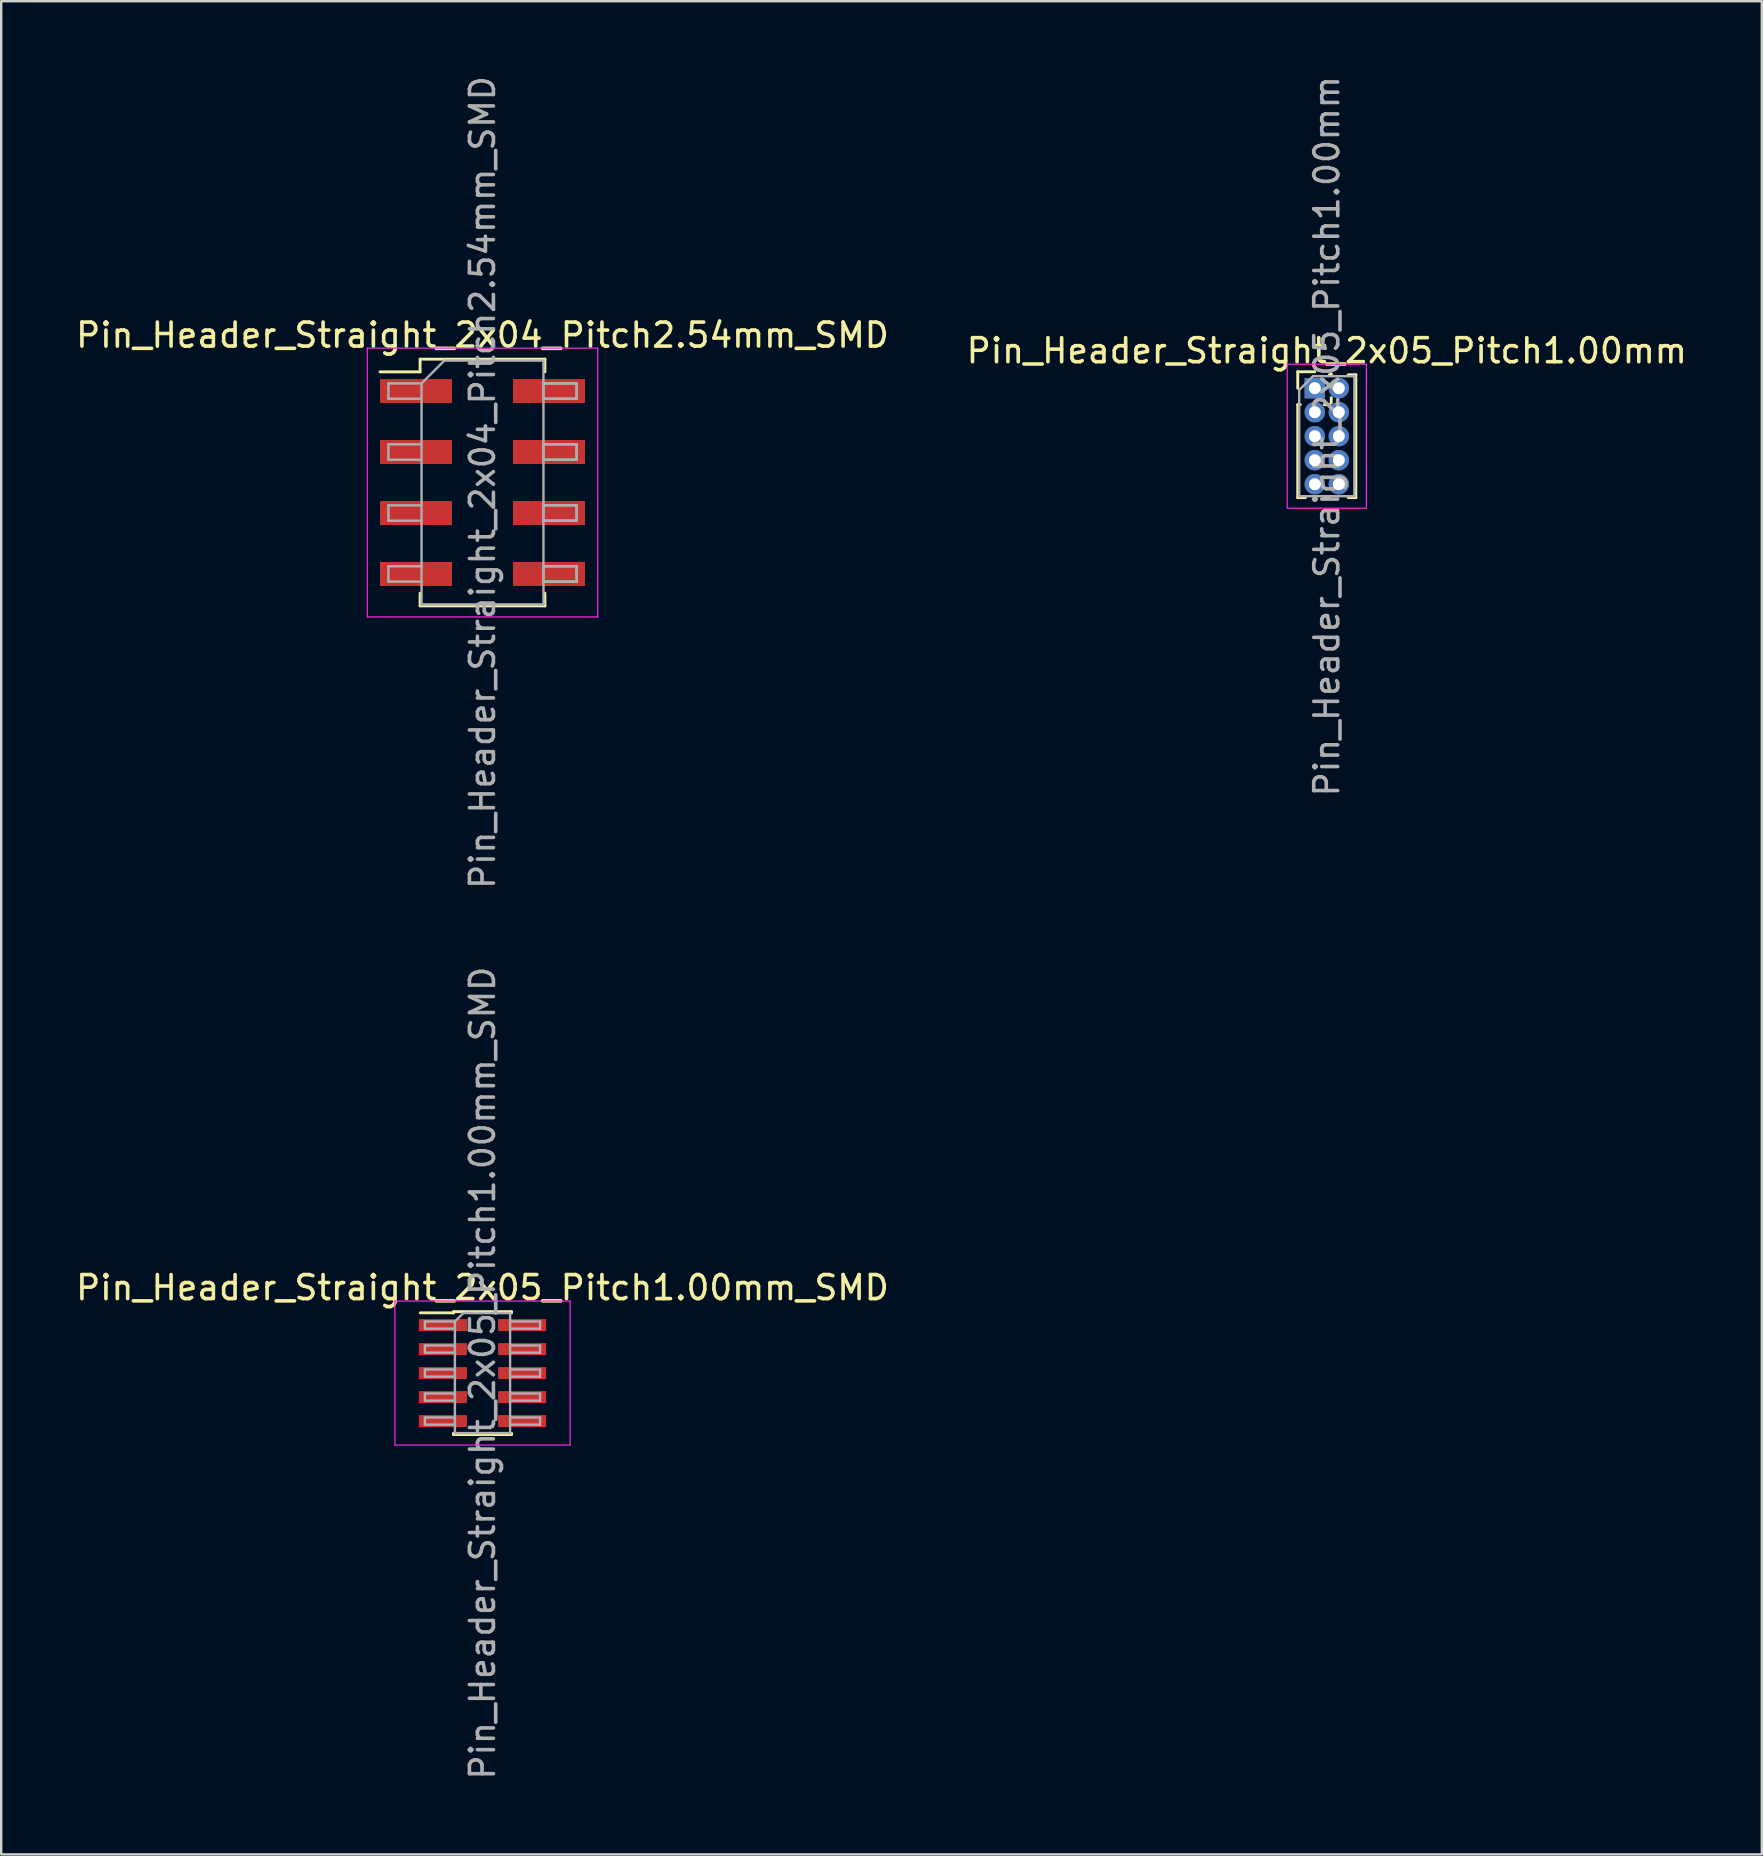
<source format=kicad_pcb>
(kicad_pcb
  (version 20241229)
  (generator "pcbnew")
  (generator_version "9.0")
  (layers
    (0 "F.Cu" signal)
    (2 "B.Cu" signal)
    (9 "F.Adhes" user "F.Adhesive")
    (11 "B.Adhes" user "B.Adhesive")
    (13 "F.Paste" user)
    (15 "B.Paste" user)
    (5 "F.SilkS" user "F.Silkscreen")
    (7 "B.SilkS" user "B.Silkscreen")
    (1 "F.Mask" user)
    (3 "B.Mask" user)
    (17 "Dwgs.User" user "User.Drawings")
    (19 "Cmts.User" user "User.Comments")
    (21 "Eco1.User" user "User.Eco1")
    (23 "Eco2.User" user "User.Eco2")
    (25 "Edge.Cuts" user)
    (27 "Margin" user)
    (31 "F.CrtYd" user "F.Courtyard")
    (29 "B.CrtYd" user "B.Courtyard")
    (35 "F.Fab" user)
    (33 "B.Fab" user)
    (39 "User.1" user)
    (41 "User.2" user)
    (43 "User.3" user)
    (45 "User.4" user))
  (footprint "Pin_Header_Straight_2x04_Pitch2.54mm_SMD"
    (layer "F.Cu")
    (at 17.054 17.054)
    (property "Reference" "Pin_Header_Straight_2x04_Pitch2.54mm_SMD" (at 0 -6.14 0) (layer "F.SilkS") (effects (font (size 1 1) (thickness 0.15))))
    (attr smd)
    (fp_line (start -4.27 -4.61) (end -2.6 -4.61) (stroke (width 0.12) (type solid)) (layer "F.SilkS"))
    (fp_line (start -2.6 -5.14) (end 2.6 -5.14) (stroke (width 0.12) (type solid)) (layer "F.SilkS"))
    (fp_line (start -2.6 -4.61) (end -2.6 -5.14) (stroke (width 0.12) (type solid)) (layer "F.SilkS"))
    (fp_line (start -2.6 4.61) (end -2.6 5.14) (stroke (width 0.12) (type solid)) (layer "F.SilkS"))
    (fp_line (start -2.6 5.14) (end 2.6 5.14) (stroke (width 0.12) (type solid)) (layer "F.SilkS"))
    (fp_line (start 2.6 -5.14) (end 2.6 -4.61) (stroke (width 0.12) (type solid)) (layer "F.SilkS"))
    (fp_line (start 2.6 5.14) (end 2.6 4.61) (stroke (width 0.12) (type solid)) (layer "F.SilkS"))
    (fp_line (start -4.8 -5.6) (end -4.8 5.6) (stroke (width 0.05) (type solid)) (layer "F.CrtYd"))
    (fp_line (start -4.8 5.6) (end 4.8 5.6) (stroke (width 0.05) (type solid)) (layer "F.CrtYd"))
    (fp_line (start 4.8 -5.6) (end -4.8 -5.6) (stroke (width 0.05) (type solid)) (layer "F.CrtYd"))
    (fp_line (start 4.8 5.6) (end 4.8 -5.6) (stroke (width 0.05) (type solid)) (layer "F.CrtYd"))
    (fp_line (start -3.92 -4.13) (end -3.92 -3.49) (stroke (width 0.1) (type solid)) (layer "F.Fab"))
    (fp_line (start -3.92 -3.49) (end -2.54 -3.49) (stroke (width 0.1) (type solid)) (layer "F.Fab"))
    (fp_line (start -3.92 -1.59) (end -3.92 -0.95) (stroke (width 0.1) (type solid)) (layer "F.Fab"))
    (fp_line (start -3.92 -0.95) (end -2.54 -0.95) (stroke (width 0.1) (type solid)) (layer "F.Fab"))
    (fp_line (start -3.92 0.95) (end -3.92 1.59) (stroke (width 0.1) (type solid)) (layer "F.Fab"))
    (fp_line (start -3.92 1.59) (end -2.54 1.59) (stroke (width 0.1) (type solid)) (layer "F.Fab"))
    (fp_line (start -3.92 3.49) (end -3.92 4.13) (stroke (width 0.1) (type solid)) (layer "F.Fab"))
    (fp_line (start -3.92 4.13) (end -2.54 4.13) (stroke (width 0.1) (type solid)) (layer "F.Fab"))
    (fp_line (start -2.54 -4.13) (end -3.92 -4.13) (stroke (width 0.1) (type solid)) (layer "F.Fab"))
    (fp_line (start -2.54 -4.13) (end -1.59 -5.08) (stroke (width 0.1) (type solid)) (layer "F.Fab"))
    (fp_line (start -2.54 -1.59) (end -3.92 -1.59) (stroke (width 0.1) (type solid)) (layer "F.Fab"))
    (fp_line (start -2.54 0.95) (end -3.92 0.95) (stroke (width 0.1) (type solid)) (layer "F.Fab"))
    (fp_line (start -2.54 3.49) (end -3.92 3.49) (stroke (width 0.1) (type solid)) (layer "F.Fab"))
    (fp_line (start -2.54 5.08) (end -2.54 -4.13) (stroke (width 0.1) (type solid)) (layer "F.Fab"))
    (fp_line (start -1.59 -5.08) (end 2.54 -5.08) (stroke (width 0.1) (type solid)) (layer "F.Fab"))
    (fp_line (start 2.54 -5.08) (end 2.54 5.08) (stroke (width 0.1) (type solid)) (layer "F.Fab"))
    (fp_line (start 2.54 -4.13) (end 2.54 -3.49) (stroke (width 0.1) (type solid)) (layer "F.Fab"))
    (fp_line (start 2.54 -4.13) (end 3.92 -4.13) (stroke (width 0.1) (type solid)) (layer "F.Fab"))
    (fp_line (start 2.54 -3.49) (end 3.92 -3.49) (stroke (width 0.1) (type solid)) (layer "F.Fab"))
    (fp_line (start 2.54 -1.59) (end 2.54 -0.95) (stroke (width 0.1) (type solid)) (layer "F.Fab"))
    (fp_line (start 2.54 -1.59) (end 3.92 -1.59) (stroke (width 0.1) (type solid)) (layer "F.Fab"))
    (fp_line (start 2.54 -0.95) (end 3.92 -0.95) (stroke (width 0.1) (type solid)) (layer "F.Fab"))
    (fp_line (start 2.54 0.95) (end 2.54 1.59) (stroke (width 0.1) (type solid)) (layer "F.Fab"))
    (fp_line (start 2.54 0.95) (end 3.92 0.95) (stroke (width 0.1) (type solid)) (layer "F.Fab"))
    (fp_line (start 2.54 1.59) (end 3.92 1.59) (stroke (width 0.1) (type solid)) (layer "F.Fab"))
    (fp_line (start 2.54 3.49) (end 2.54 4.13) (stroke (width 0.1) (type solid)) (layer "F.Fab"))
    (fp_line (start 2.54 3.49) (end 3.92 3.49) (stroke (width 0.1) (type solid)) (layer "F.Fab"))
    (fp_line (start 2.54 4.13) (end 3.92 4.13) (stroke (width 0.1) (type solid)) (layer "F.Fab"))
    (fp_line (start 2.54 5.08) (end -2.54 5.08) (stroke (width 0.1) (type solid)) (layer "F.Fab"))
    (fp_line (start 3.92 -4.13) (end 2.54 -4.13) (stroke (width 0.1) (type solid)) (layer "F.Fab"))
    (fp_line (start 3.92 -4.13) (end 3.92 -3.49) (stroke (width 0.1) (type solid)) (layer "F.Fab"))
    (fp_line (start 3.92 -3.49) (end 2.54 -3.49) (stroke (width 0.1) (type solid)) (layer "F.Fab"))
    (fp_line (start 3.92 -3.49) (end 3.92 -4.13) (stroke (width 0.1) (type solid)) (layer "F.Fab"))
    (fp_line (start 3.92 -1.59) (end 2.54 -1.59) (stroke (width 0.1) (type solid)) (layer "F.Fab"))
    (fp_line (start 3.92 -1.59) (end 3.92 -0.95) (stroke (width 0.1) (type solid)) (layer "F.Fab"))
    (fp_line (start 3.92 -0.95) (end 2.54 -0.95) (stroke (width 0.1) (type solid)) (layer "F.Fab"))
    (fp_line (start 3.92 -0.95) (end 3.92 -1.59) (stroke (width 0.1) (type solid)) (layer "F.Fab"))
    (fp_line (start 3.92 0.95) (end 2.54 0.95) (stroke (width 0.1) (type solid)) (layer "F.Fab"))
    (fp_line (start 3.92 0.95) (end 3.92 1.59) (stroke (width 0.1) (type solid)) (layer "F.Fab"))
    (fp_line (start 3.92 1.59) (end 2.54 1.59) (stroke (width 0.1) (type solid)) (layer "F.Fab"))
    (fp_line (start 3.92 1.59) (end 3.92 0.95) (stroke (width 0.1) (type solid)) (layer "F.Fab"))
    (fp_line (start 3.92 3.49) (end 2.54 3.49) (stroke (width 0.1) (type solid)) (layer "F.Fab"))
    (fp_line (start 3.92 3.49) (end 3.92 4.13) (stroke (width 0.1) (type solid)) (layer "F.Fab"))
    (fp_line (start 3.92 4.13) (end 2.54 4.13) (stroke (width 0.1) (type solid)) (layer "F.Fab"))
    (fp_line (start 3.92 4.13) (end 3.92 3.49) (stroke (width 0.1) (type solid)) (layer "F.Fab"))
    (fp_text user "${REFERENCE}" (at 0 0 90) (layer "F.Fab") (effects (font (size 1 1) (thickness 0.15))))
    (pad "1" smd rect (at -2.77 -3.81) (size 3 1) (layers "F.Cu" "F.Mask"))
    (pad "2" smd rect (at 2.77 -3.81) (size 3 1) (layers "F.Cu" "F.Mask"))
    (pad "3" smd rect (at -2.77 -1.27) (size 3 1) (layers "F.Cu" "F.Mask"))
    (pad "4" smd rect (at 2.77 -1.27) (size 3 1) (layers "F.Cu" "F.Mask"))
    (pad "5" smd rect (at -2.77 1.27) (size 3 1) (layers "F.Cu" "F.Mask"))
    (pad "6" smd rect (at 2.77 1.27) (size 3 1) (layers "F.Cu" "F.Mask"))
    (pad "7" smd rect (at -2.77 3.81) (size 3 1) (layers "F.Cu" "F.Mask"))
    (pad "8" smd rect (at 2.77 3.81) (size 3 1) (layers "F.Cu" "F.Mask")))
  (footprint "Pin_Header_Straight_2x05_Pitch1.00mm_SMD"
    (layer "F.Cu")
    (at 17.054 54.161)
    (property "Reference" "Pin_Header_Straight_2x05_Pitch1.00mm_SMD" (at 0 -3.56 0) (layer "F.SilkS") (effects (font (size 1 1) (thickness 0.15))))
    (attr smd)
    (fp_line (start -2.59 -2.51) (end -1.21 -2.51) (stroke (width 0.12) (type solid)) (layer "F.SilkS"))
    (fp_line (start -1.21 -2.56) (end -1.21 -2.51) (stroke (width 0.12) (type solid)) (layer "F.SilkS"))
    (fp_line (start -1.21 -2.56) (end 1.21 -2.56) (stroke (width 0.12) (type solid)) (layer "F.SilkS"))
    (fp_line (start -1.21 2.51) (end -1.21 2.56) (stroke (width 0.12) (type solid)) (layer "F.SilkS"))
    (fp_line (start -1.21 2.56) (end 1.21 2.56) (stroke (width 0.12) (type solid)) (layer "F.SilkS"))
    (fp_line (start 1.21 -2.56) (end 1.21 -2.51) (stroke (width 0.12) (type solid)) (layer "F.SilkS"))
    (fp_line (start 1.21 2.51) (end 1.21 2.56) (stroke (width 0.12) (type solid)) (layer "F.SilkS"))
    (fp_line (start -3.65 -3) (end -3.65 3) (stroke (width 0.05) (type solid)) (layer "F.CrtYd"))
    (fp_line (start -3.65 3) (end 3.65 3) (stroke (width 0.05) (type solid)) (layer "F.CrtYd"))
    (fp_line (start 3.65 -3) (end -3.65 -3) (stroke (width 0.05) (type solid)) (layer "F.CrtYd"))
    (fp_line (start 3.65 3) (end 3.65 -3) (stroke (width 0.05) (type solid)) (layer "F.CrtYd"))
    (fp_line (start -2.4 -2.15) (end -2.4 -1.85) (stroke (width 0.1) (type solid)) (layer "F.Fab"))
    (fp_line (start -2.4 -1.85) (end -1.15 -1.85) (stroke (width 0.1) (type solid)) (layer "F.Fab"))
    (fp_line (start -2.4 -1.15) (end -2.4 -0.85) (stroke (width 0.1) (type solid)) (layer "F.Fab"))
    (fp_line (start -2.4 -0.85) (end -1.15 -0.85) (stroke (width 0.1) (type solid)) (layer "F.Fab"))
    (fp_line (start -2.4 -0.15) (end -2.4 0.15) (stroke (width 0.1) (type solid)) (layer "F.Fab"))
    (fp_line (start -2.4 0.15) (end -1.15 0.15) (stroke (width 0.1) (type solid)) (layer "F.Fab"))
    (fp_line (start -2.4 0.85) (end -2.4 1.15) (stroke (width 0.1) (type solid)) (layer "F.Fab"))
    (fp_line (start -2.4 1.15) (end -1.15 1.15) (stroke (width 0.1) (type solid)) (layer "F.Fab"))
    (fp_line (start -2.4 1.85) (end -2.4 2.15) (stroke (width 0.1) (type solid)) (layer "F.Fab"))
    (fp_line (start -2.4 2.15) (end -1.15 2.15) (stroke (width 0.1) (type solid)) (layer "F.Fab"))
    (fp_line (start -1.15 -2.15) (end -2.4 -2.15) (stroke (width 0.1) (type solid)) (layer "F.Fab"))
    (fp_line (start -1.15 -2.15) (end -0.8 -2.5) (stroke (width 0.1) (type solid)) (layer "F.Fab"))
    (fp_line (start -1.15 -1.15) (end -2.4 -1.15) (stroke (width 0.1) (type solid)) (layer "F.Fab"))
    (fp_line (start -1.15 -0.15) (end -2.4 -0.15) (stroke (width 0.1) (type solid)) (layer "F.Fab"))
    (fp_line (start -1.15 0.85) (end -2.4 0.85) (stroke (width 0.1) (type solid)) (layer "F.Fab"))
    (fp_line (start -1.15 1.85) (end -2.4 1.85) (stroke (width 0.1) (type solid)) (layer "F.Fab"))
    (fp_line (start -1.15 2.5) (end -1.15 -2.15) (stroke (width 0.1) (type solid)) (layer "F.Fab"))
    (fp_line (start -0.8 -2.5) (end 1.15 -2.5) (stroke (width 0.1) (type solid)) (layer "F.Fab"))
    (fp_line (start 1.15 -2.5) (end 1.15 2.5) (stroke (width 0.1) (type solid)) (layer "F.Fab"))
    (fp_line (start 1.15 -2.15) (end 2.4 -2.15) (stroke (width 0.1) (type solid)) (layer "F.Fab"))
    (fp_line (start 1.15 -1.15) (end 2.4 -1.15) (stroke (width 0.1) (type solid)) (layer "F.Fab"))
    (fp_line (start 1.15 -0.15) (end 2.4 -0.15) (stroke (width 0.1) (type solid)) (layer "F.Fab"))
    (fp_line (start 1.15 0.85) (end 2.4 0.85) (stroke (width 0.1) (type solid)) (layer "F.Fab"))
    (fp_line (start 1.15 1.85) (end 2.4 1.85) (stroke (width 0.1) (type solid)) (layer "F.Fab"))
    (fp_line (start 1.15 2.5) (end -1.15 2.5) (stroke (width 0.1) (type solid)) (layer "F.Fab"))
    (fp_line (start 2.4 -2.15) (end 2.4 -1.85) (stroke (width 0.1) (type solid)) (layer "F.Fab"))
    (fp_line (start 2.4 -1.85) (end 1.15 -1.85) (stroke (width 0.1) (type solid)) (layer "F.Fab"))
    (fp_line (start 2.4 -1.15) (end 2.4 -0.85) (stroke (width 0.1) (type solid)) (layer "F.Fab"))
    (fp_line (start 2.4 -0.85) (end 1.15 -0.85) (stroke (width 0.1) (type solid)) (layer "F.Fab"))
    (fp_line (start 2.4 -0.15) (end 2.4 0.15) (stroke (width 0.1) (type solid)) (layer "F.Fab"))
    (fp_line (start 2.4 0.15) (end 1.15 0.15) (stroke (width 0.1) (type solid)) (layer "F.Fab"))
    (fp_line (start 2.4 0.85) (end 2.4 1.15) (stroke (width 0.1) (type solid)) (layer "F.Fab"))
    (fp_line (start 2.4 1.15) (end 1.15 1.15) (stroke (width 0.1) (type solid)) (layer "F.Fab"))
    (fp_line (start 2.4 1.85) (end 2.4 2.15) (stroke (width 0.1) (type solid)) (layer "F.Fab"))
    (fp_line (start 2.4 2.15) (end 1.15 2.15) (stroke (width 0.1) (type solid)) (layer "F.Fab"))
    (fp_text user "${REFERENCE}" (at 0 0 90) (layer "F.Fab") (effects (font (size 1 1) (thickness 0.15))))
    (pad "1" smd rect (at -1.65 -2) (size 2 0.5) (layers "F.Cu" "F.Mask" "F.Paste"))
    (pad "2" smd rect (at 1.65 -2) (size 2 0.5) (layers "F.Cu" "F.Mask" "F.Paste"))
    (pad "3" smd rect (at -1.65 -1) (size 2 0.5) (layers "F.Cu" "F.Mask" "F.Paste"))
    (pad "4" smd rect (at 1.65 -1) (size 2 0.5) (layers "F.Cu" "F.Mask" "F.Paste"))
    (pad "5" smd rect (at -1.65 0) (size 2 0.5) (layers "F.Cu" "F.Mask" "F.Paste"))
    (pad "6" smd rect (at 1.65 0) (size 2 0.5) (layers "F.Cu" "F.Mask" "F.Paste"))
    (pad "7" smd rect (at -1.65 1) (size 2 0.5) (layers "F.Cu" "F.Mask" "F.Paste"))
    (pad "8" smd rect (at 1.65 1) (size 2 0.5) (layers "F.Cu" "F.Mask" "F.Paste"))
    (pad "9" smd rect (at -1.65 2) (size 2 0.5) (layers "F.Cu" "F.Mask" "F.Paste"))
    (pad "10" smd rect (at 1.65 2) (size 2 0.5) (layers "F.Cu" "F.Mask" "F.Paste")))
  (footprint "Pin_Header_Straight_2x05_Pitch1.00mm"
    (layer "F.Cu")
    (at 51.732 13.125)
    (property "Reference" "Pin_Header_Straight_2x05_Pitch1.00mm" (at 0.5 -1.56 0) (layer "F.SilkS") (effects (font (size 1 1) (thickness 0.15))))
    (attr through_hole)
    (fp_line (start -0.71 -0.685) (end 0 -0.685) (stroke (width 0.12) (type solid)) (layer "F.SilkS"))
    (fp_line (start -0.71 0) (end -0.71 -0.685) (stroke (width 0.12) (type solid)) (layer "F.SilkS"))
    (fp_line (start -0.71 0.685) (end -0.71 4.56) (stroke (width 0.12) (type solid)) (layer "F.SilkS"))
    (fp_line (start -0.71 0.685) (end -0.608 0.685) (stroke (width 0.12) (type solid)) (layer "F.SilkS"))
    (fp_line (start -0.71 4.56) (end -0.394 4.56) (stroke (width 0.12) (type solid)) (layer "F.SilkS"))
    (fp_line (start 0.394 4.56) (end 0.606 4.56) (stroke (width 0.12) (type solid)) (layer "F.SilkS"))
    (fp_line (start 0.608 0.685) (end 0.392 0.685) (stroke (width 0.12) (type solid)) (layer "F.SilkS"))
    (fp_line (start 0.685 -0.608) (end 0.685 -0.56) (stroke (width 0.12) (type solid)) (layer "F.SilkS"))
    (fp_line (start 0.685 -0.56) (end 0.606 -0.56) (stroke (width 0.12) (type solid)) (layer "F.SilkS"))
    (fp_line (start 0.685 0.392) (end 0.685 0.608) (stroke (width 0.12) (type solid)) (layer "F.SilkS"))
    (fp_line (start 1.394 -0.56) (end 1.71 -0.56) (stroke (width 0.12) (type solid)) (layer "F.SilkS"))
    (fp_line (start 1.394 4.56) (end 1.71 4.56) (stroke (width 0.12) (type solid)) (layer "F.SilkS"))
    (fp_line (start 1.71 -0.56) (end 1.71 4.56) (stroke (width 0.12) (type solid)) (layer "F.SilkS"))
    (fp_line (start -1.15 -1) (end -1.15 5) (stroke (width 0.05) (type solid)) (layer "F.CrtYd"))
    (fp_line (start -1.15 5) (end 2.15 5) (stroke (width 0.05) (type solid)) (layer "F.CrtYd"))
    (fp_line (start 2.15 -1) (end -1.15 -1) (stroke (width 0.05) (type solid)) (layer "F.CrtYd"))
    (fp_line (start 2.15 5) (end 2.15 -1) (stroke (width 0.05) (type solid)) (layer "F.CrtYd"))
    (fp_line (start -0.65 0.075) (end -0.075 -0.5) (stroke (width 0.1) (type solid)) (layer "F.Fab"))
    (fp_line (start -0.65 4.5) (end -0.65 0.075) (stroke (width 0.1) (type solid)) (layer "F.Fab"))
    (fp_line (start -0.075 -0.5) (end 1.65 -0.5) (stroke (width 0.1) (type solid)) (layer "F.Fab"))
    (fp_line (start 1.65 -0.5) (end 1.65 4.5) (stroke (width 0.1) (type solid)) (layer "F.Fab"))
    (fp_line (start 1.65 4.5) (end -0.65 4.5) (stroke (width 0.1) (type solid)) (layer "F.Fab"))
    (fp_text user "${REFERENCE}" (at 0.5 2 90) (layer "F.Fab") (effects (font (size 1 1) (thickness 0.15))))
    (pad "1" thru_hole rect (at 0 0) (size 0.85 0.85) (drill 0.5) (layers "*.Cu" "*.Mask"))
    (pad "2" thru_hole oval (at 1 0) (size 0.85 0.85) (drill 0.5) (layers "*.Cu" "*.Mask"))
    (pad "3" thru_hole oval (at 0 1) (size 0.85 0.85) (drill 0.5) (layers "*.Cu" "*.Mask"))
    (pad "4" thru_hole oval (at 1 1) (size 0.85 0.85) (drill 0.5) (layers "*.Cu" "*.Mask"))
    (pad "5" thru_hole oval (at 0 2) (size 0.85 0.85) (drill 0.5) (layers "*.Cu" "*.Mask"))
    (pad "6" thru_hole oval (at 1 2) (size 0.85 0.85) (drill 0.5) (layers "*.Cu" "*.Mask"))
    (pad "7" thru_hole oval (at 0 3) (size 0.85 0.85) (drill 0.5) (layers "*.Cu" "*.Mask"))
    (pad "8" thru_hole oval (at 1 3) (size 0.85 0.85) (drill 0.5) (layers "*.Cu" "*.Mask"))
    (pad "9" thru_hole oval (at 0 4) (size 0.85 0.85) (drill 0.5) (layers "*.Cu" "*.Mask"))
    (pad "10" thru_hole oval (at 1 4) (size 0.85 0.85) (drill 0.5) (layers "*.Cu" "*.Mask")))
  (gr_rect
    (start -3 -3)
    (end 70.357 74.214)
    (stroke (width 0.1) (type default))
    (fill no)
    (layer "Edge.Cuts")))
</source>
